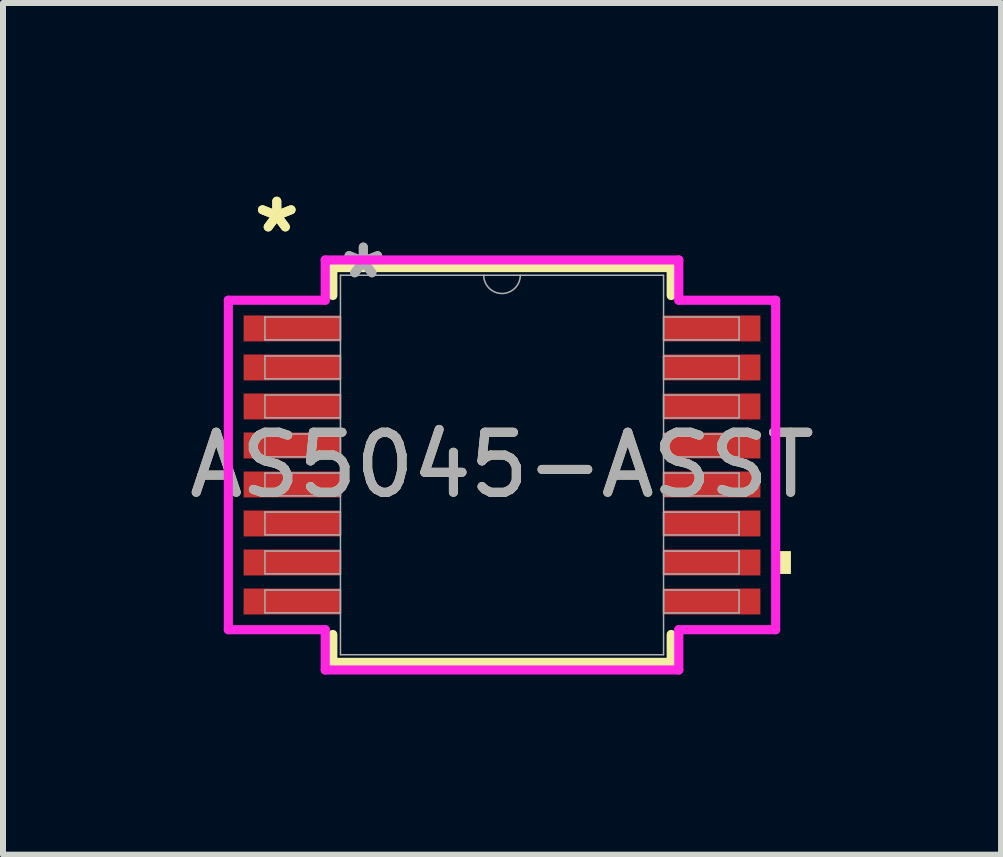
<source format=kicad_pcb>
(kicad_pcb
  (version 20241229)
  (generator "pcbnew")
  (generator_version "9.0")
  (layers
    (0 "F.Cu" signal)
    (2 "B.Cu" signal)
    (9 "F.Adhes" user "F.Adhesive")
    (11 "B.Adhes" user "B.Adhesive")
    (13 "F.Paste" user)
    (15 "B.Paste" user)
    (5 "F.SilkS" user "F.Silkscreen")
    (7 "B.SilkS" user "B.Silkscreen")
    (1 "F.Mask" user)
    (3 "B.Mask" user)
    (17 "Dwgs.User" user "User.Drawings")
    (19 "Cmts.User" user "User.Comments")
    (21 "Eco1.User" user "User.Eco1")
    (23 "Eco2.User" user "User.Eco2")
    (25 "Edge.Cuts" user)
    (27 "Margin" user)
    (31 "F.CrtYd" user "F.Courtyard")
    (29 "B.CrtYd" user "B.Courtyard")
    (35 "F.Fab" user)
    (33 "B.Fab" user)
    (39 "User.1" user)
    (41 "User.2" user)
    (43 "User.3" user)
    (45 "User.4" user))
  (footprint "AS5045-ASST"
    (layer "F.Cu")
    (at 5.315 4.698)
    (property "Reference" "AS5045-ASST" (at 0 0 0) (unlocked yes) (layer "F.SilkS") (effects (font (size 1 1) (thickness 0.15))))
    (attr smd)
    (fp_line (start -2.819 -3.289) (end -2.819 -2.824) (stroke (width 0.152) (type solid)) (layer "F.SilkS"))
    (fp_line (start -2.819 2.824) (end -2.819 3.289) (stroke (width 0.152) (type solid)) (layer "F.SilkS"))
    (fp_line (start -2.819 3.289) (end 2.819 3.289) (stroke (width 0.152) (type solid)) (layer "F.SilkS"))
    (fp_line (start 2.819 -3.289) (end -2.819 -3.289) (stroke (width 0.152) (type solid)) (layer "F.SilkS"))
    (fp_line (start 2.819 -2.824) (end 2.819 -3.289) (stroke (width 0.152) (type solid)) (layer "F.SilkS"))
    (fp_line (start 2.819 3.289) (end 2.819 2.824) (stroke (width 0.152) (type solid)) (layer "F.SilkS"))
    (fp_poly (pts (xy 4.814 1.435) (xy 4.814 1.816) (xy 4.56 1.816) (xy 4.56 1.435)) (stroke (width 0) (type solid)) (fill yes) (layer "F.SilkS"))
    (fp_line (start -4.56 -2.745) (end -2.946 -2.745) (stroke (width 0.152) (type solid)) (layer "F.CrtYd"))
    (fp_line (start -4.56 2.745) (end -4.56 -2.745) (stroke (width 0.152) (type solid)) (layer "F.CrtYd"))
    (fp_line (start -4.56 2.745) (end -2.946 2.745) (stroke (width 0.152) (type solid)) (layer "F.CrtYd"))
    (fp_line (start -2.946 -3.416) (end 2.946 -3.416) (stroke (width 0.152) (type solid)) (layer "F.CrtYd"))
    (fp_line (start -2.946 -2.745) (end -2.946 -3.416) (stroke (width 0.152) (type solid)) (layer "F.CrtYd"))
    (fp_line (start -2.946 3.416) (end -2.946 2.745) (stroke (width 0.152) (type solid)) (layer "F.CrtYd"))
    (fp_line (start 2.946 -3.416) (end 2.946 -2.745) (stroke (width 0.152) (type solid)) (layer "F.CrtYd"))
    (fp_line (start 2.946 2.745) (end 2.946 3.416) (stroke (width 0.152) (type solid)) (layer "F.CrtYd"))
    (fp_line (start 2.946 3.416) (end -2.946 3.416) (stroke (width 0.152) (type solid)) (layer "F.CrtYd"))
    (fp_line (start 4.56 -2.745) (end 2.946 -2.745) (stroke (width 0.152) (type solid)) (layer "F.CrtYd"))
    (fp_line (start 4.56 -2.745) (end 4.56 2.745) (stroke (width 0.152) (type solid)) (layer "F.CrtYd"))
    (fp_line (start 4.56 2.745) (end 2.946 2.745) (stroke (width 0.152) (type solid)) (layer "F.CrtYd"))
    (fp_line (start -3.95 -2.466) (end -3.95 -2.084) (stroke (width 0.025) (type solid)) (layer "F.Fab"))
    (fp_line (start -3.95 -2.084) (end -2.692 -2.084) (stroke (width 0.025) (type solid)) (layer "F.Fab"))
    (fp_line (start -3.95 -1.816) (end -3.95 -1.435) (stroke (width 0.025) (type solid)) (layer "F.Fab"))
    (fp_line (start -3.95 -1.435) (end -2.692 -1.435) (stroke (width 0.025) (type solid)) (layer "F.Fab"))
    (fp_line (start -3.95 -1.166) (end -3.95 -0.785) (stroke (width 0.025) (type solid)) (layer "F.Fab"))
    (fp_line (start -3.95 -0.785) (end -2.692 -0.785) (stroke (width 0.025) (type solid)) (layer "F.Fab"))
    (fp_line (start -3.95 -0.516) (end -3.95 -0.135) (stroke (width 0.025) (type solid)) (layer "F.Fab"))
    (fp_line (start -3.95 -0.135) (end -2.692 -0.135) (stroke (width 0.025) (type solid)) (layer "F.Fab"))
    (fp_line (start -3.95 0.134) (end -3.95 0.515) (stroke (width 0.025) (type solid)) (layer "F.Fab"))
    (fp_line (start -3.95 0.515) (end -2.692 0.515) (stroke (width 0.025) (type solid)) (layer "F.Fab"))
    (fp_line (start -3.95 0.784) (end -3.95 1.165) (stroke (width 0.025) (type solid)) (layer "F.Fab"))
    (fp_line (start -3.95 1.165) (end -2.692 1.165) (stroke (width 0.025) (type solid)) (layer "F.Fab"))
    (fp_line (start -3.95 1.434) (end -3.95 1.815) (stroke (width 0.025) (type solid)) (layer "F.Fab"))
    (fp_line (start -3.95 1.815) (end -2.692 1.815) (stroke (width 0.025) (type solid)) (layer "F.Fab"))
    (fp_line (start -3.95 2.084) (end -3.95 2.465) (stroke (width 0.025) (type solid)) (layer "F.Fab"))
    (fp_line (start -3.95 2.465) (end -2.692 2.465) (stroke (width 0.025) (type solid)) (layer "F.Fab"))
    (fp_line (start -2.692 -3.162) (end -2.692 3.162) (stroke (width 0.025) (type solid)) (layer "F.Fab"))
    (fp_line (start -2.692 -2.466) (end -3.95 -2.466) (stroke (width 0.025) (type solid)) (layer "F.Fab"))
    (fp_line (start -2.692 -2.084) (end -2.692 -2.466) (stroke (width 0.025) (type solid)) (layer "F.Fab"))
    (fp_line (start -2.692 -1.816) (end -3.95 -1.816) (stroke (width 0.025) (type solid)) (layer "F.Fab"))
    (fp_line (start -2.692 -1.435) (end -2.692 -1.816) (stroke (width 0.025) (type solid)) (layer "F.Fab"))
    (fp_line (start -2.692 -1.166) (end -3.95 -1.166) (stroke (width 0.025) (type solid)) (layer "F.Fab"))
    (fp_line (start -2.692 -0.785) (end -2.692 -1.166) (stroke (width 0.025) (type solid)) (layer "F.Fab"))
    (fp_line (start -2.692 -0.516) (end -3.95 -0.516) (stroke (width 0.025) (type solid)) (layer "F.Fab"))
    (fp_line (start -2.692 -0.135) (end -2.692 -0.516) (stroke (width 0.025) (type solid)) (layer "F.Fab"))
    (fp_line (start -2.692 0.134) (end -3.95 0.134) (stroke (width 0.025) (type solid)) (layer "F.Fab"))
    (fp_line (start -2.692 0.515) (end -2.692 0.134) (stroke (width 0.025) (type solid)) (layer "F.Fab"))
    (fp_line (start -2.692 0.784) (end -3.95 0.784) (stroke (width 0.025) (type solid)) (layer "F.Fab"))
    (fp_line (start -2.692 1.165) (end -2.692 0.784) (stroke (width 0.025) (type solid)) (layer "F.Fab"))
    (fp_line (start -2.692 1.434) (end -3.95 1.434) (stroke (width 0.025) (type solid)) (layer "F.Fab"))
    (fp_line (start -2.692 1.815) (end -2.692 1.434) (stroke (width 0.025) (type solid)) (layer "F.Fab"))
    (fp_line (start -2.692 2.084) (end -3.95 2.084) (stroke (width 0.025) (type solid)) (layer "F.Fab"))
    (fp_line (start -2.692 2.465) (end -2.692 2.084) (stroke (width 0.025) (type solid)) (layer "F.Fab"))
    (fp_line (start -2.692 3.162) (end 2.692 3.162) (stroke (width 0.025) (type solid)) (layer "F.Fab"))
    (fp_line (start 2.692 -3.162) (end -2.692 -3.162) (stroke (width 0.025) (type solid)) (layer "F.Fab"))
    (fp_line (start 2.692 -2.465) (end 2.692 -2.084) (stroke (width 0.025) (type solid)) (layer "F.Fab"))
    (fp_line (start 2.692 -2.084) (end 3.95 -2.084) (stroke (width 0.025) (type solid)) (layer "F.Fab"))
    (fp_line (start 2.692 -1.815) (end 2.692 -1.434) (stroke (width 0.025) (type solid)) (layer "F.Fab"))
    (fp_line (start 2.692 -1.434) (end 3.95 -1.434) (stroke (width 0.025) (type solid)) (layer "F.Fab"))
    (fp_line (start 2.692 -1.165) (end 2.692 -0.784) (stroke (width 0.025) (type solid)) (layer "F.Fab"))
    (fp_line (start 2.692 -0.784) (end 3.95 -0.784) (stroke (width 0.025) (type solid)) (layer "F.Fab"))
    (fp_line (start 2.692 -0.515) (end 2.692 -0.134) (stroke (width 0.025) (type solid)) (layer "F.Fab"))
    (fp_line (start 2.692 -0.134) (end 3.95 -0.134) (stroke (width 0.025) (type solid)) (layer "F.Fab"))
    (fp_line (start 2.692 0.135) (end 2.692 0.516) (stroke (width 0.025) (type solid)) (layer "F.Fab"))
    (fp_line (start 2.692 0.516) (end 3.95 0.516) (stroke (width 0.025) (type solid)) (layer "F.Fab"))
    (fp_line (start 2.692 0.785) (end 2.692 1.166) (stroke (width 0.025) (type solid)) (layer "F.Fab"))
    (fp_line (start 2.692 1.166) (end 3.95 1.166) (stroke (width 0.025) (type solid)) (layer "F.Fab"))
    (fp_line (start 2.692 1.435) (end 2.692 1.816) (stroke (width 0.025) (type solid)) (layer "F.Fab"))
    (fp_line (start 2.692 1.816) (end 3.95 1.816) (stroke (width 0.025) (type solid)) (layer "F.Fab"))
    (fp_line (start 2.692 2.084) (end 2.692 2.466) (stroke (width 0.025) (type solid)) (layer "F.Fab"))
    (fp_line (start 2.692 2.466) (end 3.95 2.466) (stroke (width 0.025) (type solid)) (layer "F.Fab"))
    (fp_line (start 2.692 3.162) (end 2.692 -3.162) (stroke (width 0.025) (type solid)) (layer "F.Fab"))
    (fp_line (start 3.95 -2.465) (end 2.692 -2.465) (stroke (width 0.025) (type solid)) (layer "F.Fab"))
    (fp_line (start 3.95 -2.084) (end 3.95 -2.465) (stroke (width 0.025) (type solid)) (layer "F.Fab"))
    (fp_line (start 3.95 -1.815) (end 2.692 -1.815) (stroke (width 0.025) (type solid)) (layer "F.Fab"))
    (fp_line (start 3.95 -1.434) (end 3.95 -1.815) (stroke (width 0.025) (type solid)) (layer "F.Fab"))
    (fp_line (start 3.95 -1.165) (end 2.692 -1.165) (stroke (width 0.025) (type solid)) (layer "F.Fab"))
    (fp_line (start 3.95 -0.784) (end 3.95 -1.165) (stroke (width 0.025) (type solid)) (layer "F.Fab"))
    (fp_line (start 3.95 -0.515) (end 2.692 -0.515) (stroke (width 0.025) (type solid)) (layer "F.Fab"))
    (fp_line (start 3.95 -0.134) (end 3.95 -0.515) (stroke (width 0.025) (type solid)) (layer "F.Fab"))
    (fp_line (start 3.95 0.135) (end 2.692 0.135) (stroke (width 0.025) (type solid)) (layer "F.Fab"))
    (fp_line (start 3.95 0.516) (end 3.95 0.135) (stroke (width 0.025) (type solid)) (layer "F.Fab"))
    (fp_line (start 3.95 0.785) (end 2.692 0.785) (stroke (width 0.025) (type solid)) (layer "F.Fab"))
    (fp_line (start 3.95 1.166) (end 3.95 0.785) (stroke (width 0.025) (type solid)) (layer "F.Fab"))
    (fp_line (start 3.95 1.435) (end 2.692 1.435) (stroke (width 0.025) (type solid)) (layer "F.Fab"))
    (fp_line (start 3.95 1.816) (end 3.95 1.435) (stroke (width 0.025) (type solid)) (layer "F.Fab"))
    (fp_line (start 3.95 2.084) (end 2.692 2.084) (stroke (width 0.025) (type solid)) (layer "F.Fab"))
    (fp_line (start 3.95 2.466) (end 3.95 2.084) (stroke (width 0.025) (type solid)) (layer "F.Fab"))
    (fp_arc (start 0.3048 -3.1623) (mid 0 -2.8575) (end -0.3048 -3.1623) (stroke (width 0.0254) (type solid)) (layer "F.Fab"))
    (fp_text user "*" (at -3.753 -3.85 0) (unlocked yes) (layer "F.SilkS") (effects (font (size 1 1) (thickness 0.15))))
    (fp_text user "*" (at -3.753 -3.85 0) (layer "F.SilkS") (effects (font (size 1 1) (thickness 0.15))))
    (fp_text user "*" (at -2.311 -3.086 0) (layer "F.Fab") (effects (font (size 1 1) (thickness 0.15))))
    (fp_text user "*" (at -2.311 -3.086 0) (unlocked yes) (layer "F.Fab") (effects (font (size 1 1) (thickness 0.15))))
    (fp_text user "${REFERENCE}" (at 0 0 0) (unlocked yes) (layer "F.Fab") (effects (font (size 1 1) (thickness 0.15))))
    (pad "1" smd rect (at -3.499 -2.275) (size 1.613 0.432) (layers "F.Cu" "F.Mask" "F.Paste"))
    (pad "2" smd rect (at -3.499 -1.625) (size 1.613 0.432) (layers "F.Cu" "F.Mask" "F.Paste"))
    (pad "3" smd rect (at -3.499 -0.975) (size 1.613 0.432) (layers "F.Cu" "F.Mask" "F.Paste"))
    (pad "4" smd rect (at -3.499 -0.325) (size 1.613 0.432) (layers "F.Cu" "F.Mask" "F.Paste"))
    (pad "5" smd rect (at -3.499 0.325) (size 1.613 0.432) (layers "F.Cu" "F.Mask" "F.Paste"))
    (pad "6" smd rect (at -3.499 0.975) (size 1.613 0.432) (layers "F.Cu" "F.Mask" "F.Paste"))
    (pad "7" smd rect (at -3.499 1.625) (size 1.613 0.432) (layers "F.Cu" "F.Mask" "F.Paste"))
    (pad "8" smd rect (at -3.499 2.275) (size 1.613 0.432) (layers "F.Cu" "F.Mask" "F.Paste"))
    (pad "9" smd rect (at 3.499 2.275) (size 1.613 0.432) (layers "F.Cu" "F.Mask" "F.Paste"))
    (pad "10" smd rect (at 3.499 1.625) (size 1.613 0.432) (layers "F.Cu" "F.Mask" "F.Paste"))
    (pad "11" smd rect (at 3.499 0.975) (size 1.613 0.432) (layers "F.Cu" "F.Mask" "F.Paste"))
    (pad "12" smd rect (at 3.499 0.325) (size 1.613 0.432) (layers "F.Cu" "F.Mask" "F.Paste"))
    (pad "13" smd rect (at 3.499 -0.325) (size 1.613 0.432) (layers "F.Cu" "F.Mask" "F.Paste"))
    (pad "14" smd rect (at 3.499 -0.975) (size 1.613 0.432) (layers "F.Cu" "F.Mask" "F.Paste"))
    (pad "15" smd rect (at 3.499 -1.625) (size 1.613 0.432) (layers "F.Cu" "F.Mask" "F.Paste"))
    (pad "16" smd rect (at 3.499 -2.275) (size 1.613 0.432) (layers "F.Cu" "F.Mask" "F.Paste")))
  (gr_rect
    (start -3 -3)
    (end 13.631 11.191)
    (stroke (width 0.1) (type default))
    (fill no)
    (layer "Edge.Cuts")))
</source>
